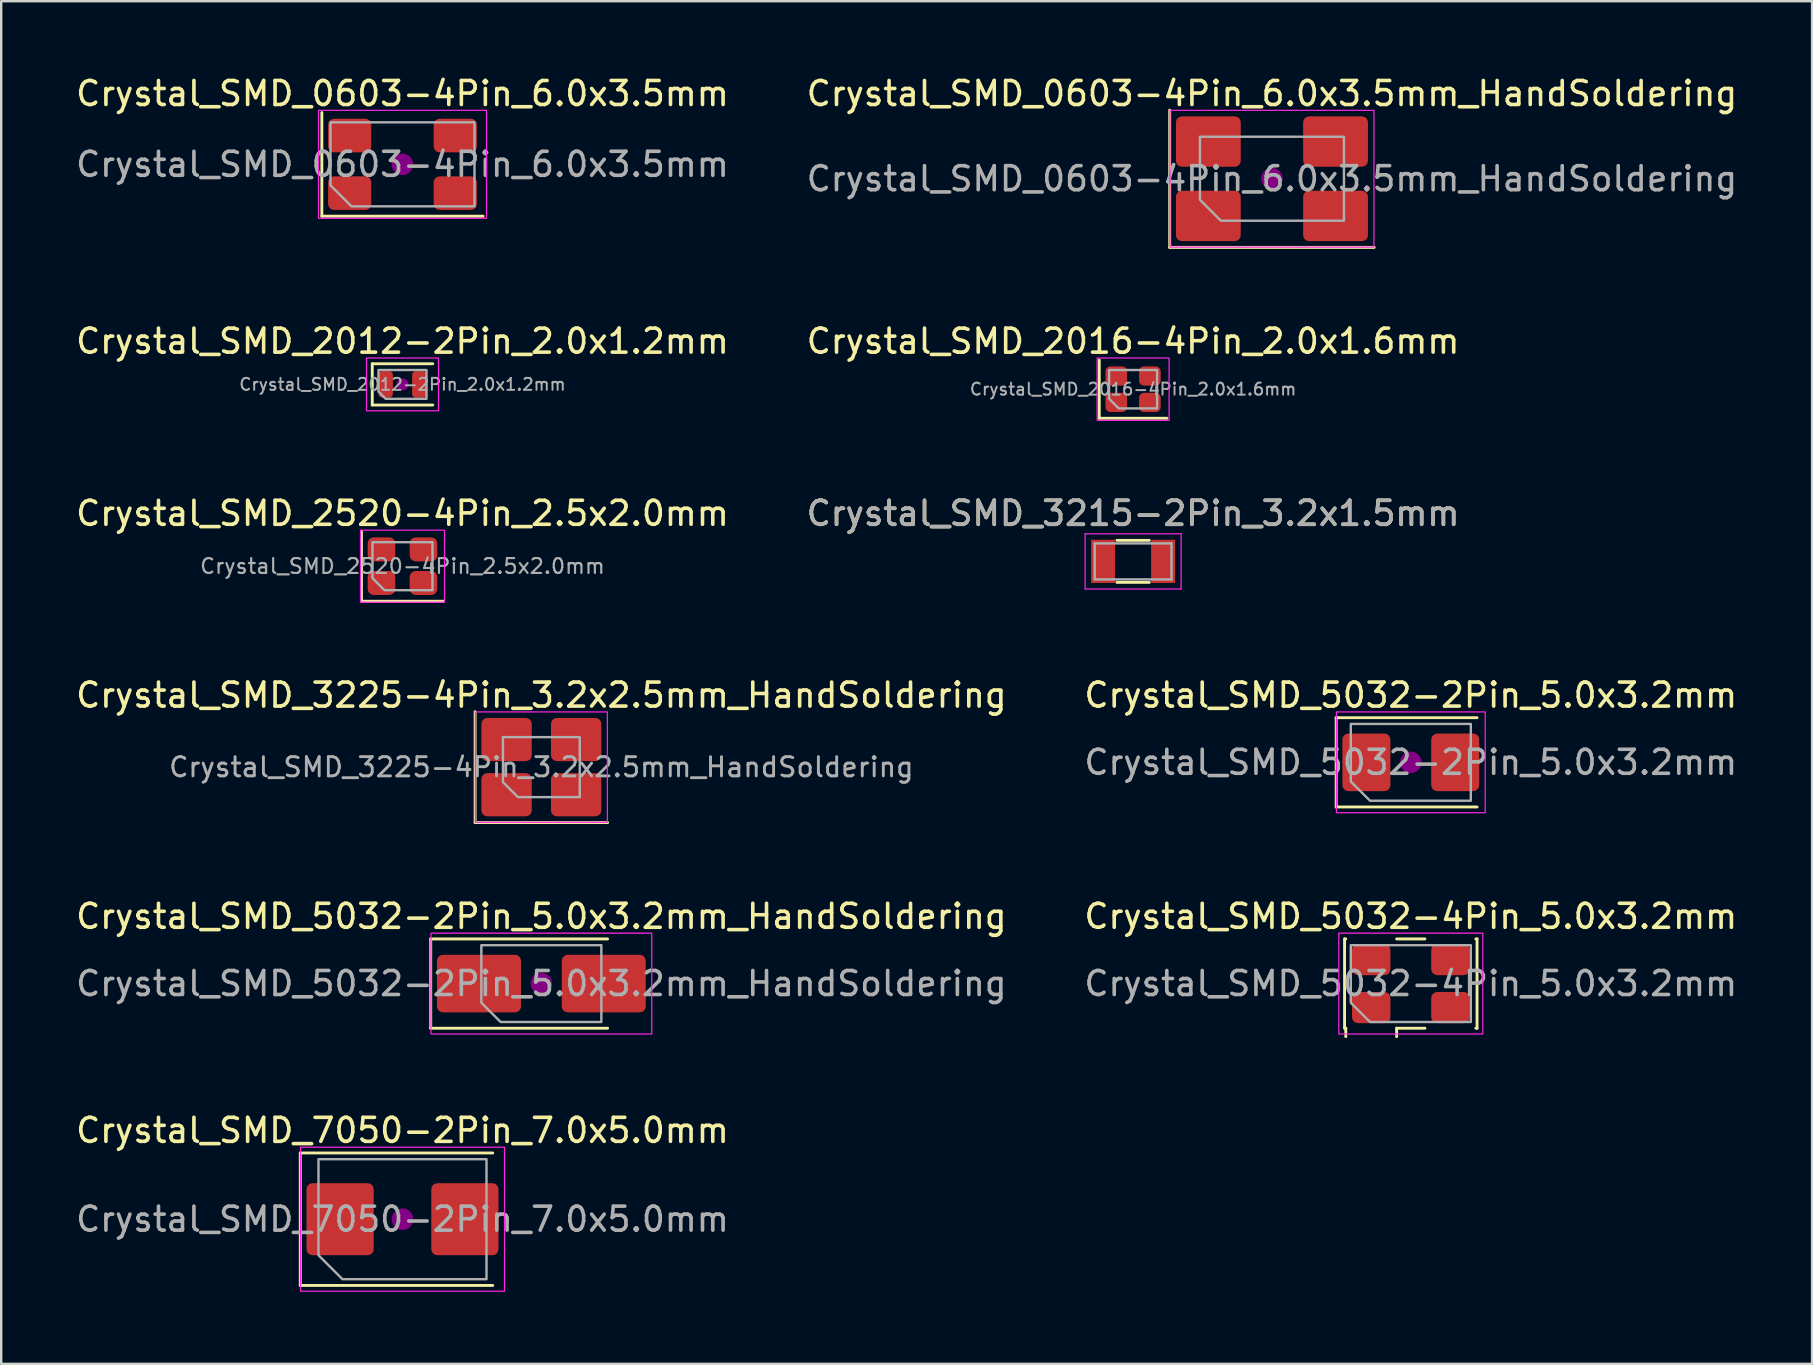
<source format=kicad_pcb>
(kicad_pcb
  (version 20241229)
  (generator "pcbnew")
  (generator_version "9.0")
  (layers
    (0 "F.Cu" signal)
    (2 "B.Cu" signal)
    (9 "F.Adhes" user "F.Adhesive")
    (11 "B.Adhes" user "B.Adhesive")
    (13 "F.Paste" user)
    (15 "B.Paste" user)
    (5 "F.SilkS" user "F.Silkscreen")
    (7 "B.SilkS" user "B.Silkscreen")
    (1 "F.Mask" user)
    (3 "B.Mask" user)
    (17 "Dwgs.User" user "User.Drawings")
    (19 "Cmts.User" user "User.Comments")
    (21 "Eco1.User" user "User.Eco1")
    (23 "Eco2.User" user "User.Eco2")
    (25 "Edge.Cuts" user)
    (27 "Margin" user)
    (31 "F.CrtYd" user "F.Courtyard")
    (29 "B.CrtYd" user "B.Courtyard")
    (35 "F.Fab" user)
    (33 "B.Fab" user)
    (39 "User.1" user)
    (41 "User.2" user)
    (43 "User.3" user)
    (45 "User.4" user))
  (footprint "Crystal_SMD_7050-2Pin_7.0x5.0mm"
    (layer "F.Cu")
    (at 13.72 47.749)
    (property "Reference" "Crystal_SMD_7050-2Pin_7.0x5.0mm" (at 0 -3.7 0) (layer "F.SilkS") (effects (font (size 1 1) (thickness 0.15))))
    (attr smd)
    (fp_line (start -4.26 -2.76) (end -4.26 2.76) (stroke (width 0.12) (type solid)) (layer "F.SilkS"))
    (fp_line (start -4.26 2.76) (end 3.76 2.76) (stroke (width 0.12) (type solid)) (layer "F.SilkS"))
    (fp_line (start 3.76 -2.76) (end -4.26 -2.76) (stroke (width 0.12) (type solid)) (layer "F.SilkS"))
    (fp_circle (center 0 0) (end 0.4 0) (stroke (width 0.1) (type solid)) (fill yes) (layer "F.Adhes"))
    (fp_rect (start -4.25 -3) (end 4.25 3) (stroke (width 0.05) (type solid)) (fill no) (layer "F.CrtYd"))
    (fp_poly (pts (xy -3.5 -2.5) (xy -3.5 1.5) (xy -2.5 2.5) (xy 3.5 2.5) (xy 3.5 -2.5)) (stroke (width 0.1) (type solid)) (fill no) (layer "F.Fab"))
    (fp_text user "${REFERENCE}" (at 0 0 0) (layer "F.Fab") (effects (font (size 1 1) (thickness 0.15))))
    (pad "1" smd roundrect (at -2.6 0) (size 2.8 3) (layers "F.Cu" "F.Mask" "F.Paste") (roundrect_rratio 0.089))
    (pad "2" smd roundrect (at 2.6 0) (size 2.8 3) (layers "F.Cu" "F.Mask" "F.Paste") (roundrect_rratio 0.089)))
  (footprint "Crystal_SMD_5032-2Pin_5.0x3.2mm"
    (layer "F.Cu")
    (at 55.732 28.713)
    (property "Reference" "Crystal_SMD_5032-2Pin_5.0x3.2mm" (at 0 -2.8 0) (layer "F.SilkS") (effects (font (size 1 1) (thickness 0.15))))
    (attr smd)
    (fp_line (start -3.11 -1.86) (end -3.11 1.86) (stroke (width 0.12) (type solid)) (layer "F.SilkS"))
    (fp_line (start -3.11 1.86) (end 2.76 1.86) (stroke (width 0.12) (type solid)) (layer "F.SilkS"))
    (fp_line (start 2.76 -1.86) (end -3.11 -1.86) (stroke (width 0.12) (type solid)) (layer "F.SilkS"))
    (fp_circle (center 0 0) (end 0.4 0) (stroke (width 0.1) (type solid)) (fill yes) (layer "F.Adhes"))
    (fp_rect (start -3.1 -2.1) (end 3.1 2.1) (stroke (width 0.05) (type solid)) (fill no) (layer "F.CrtYd"))
    (fp_poly (pts (xy -2.5 -1.6) (xy -2.5 0.8) (xy -1.7 1.6) (xy 2.5 1.6) (xy 2.5 -1.6)) (stroke (width 0.1) (type solid)) (fill no) (layer "F.Fab"))
    (fp_text user "${REFERENCE}" (at 0 0 0) (layer "F.Fab") (effects (font (size 1 1) (thickness 0.15))))
    (pad "1" smd roundrect (at -1.85 0) (size 2 2.4) (layers "F.Cu" "F.Mask" "F.Paste") (roundrect_rratio 0.125))
    (pad "2" smd roundrect (at 1.85 0) (size 2 2.4) (layers "F.Cu" "F.Mask" "F.Paste") (roundrect_rratio 0.125)))
  (footprint "Crystal_SMD_2016-4Pin_2.0x1.6mm"
    (layer "F.Cu")
    (at 44.161 13.166)
    (property "Reference" "Crystal_SMD_2016-4Pin_2.0x1.6mm" (at 0 -2 0) (layer "F.SilkS") (effects (font (size 1 1) (thickness 0.15))))
    (attr smd)
    (fp_line (start -1.41 -1.21) (end -1.41 1.21) (stroke (width 0.12) (type solid)) (layer "F.SilkS"))
    (fp_line (start -1.41 1.21) (end 1.41 1.21) (stroke (width 0.12) (type solid)) (layer "F.SilkS"))
    (fp_rect (start -1.5 -1.3) (end 1.5 1.3) (stroke (width 0.05) (type solid)) (fill no) (layer "F.CrtYd"))
    (fp_poly (pts (xy -1 -0.8) (xy -1 0.4) (xy -0.6 0.8) (xy 1 0.8) (xy 1 -0.8)) (stroke (width 0.1) (type solid)) (fill no) (layer "F.Fab"))
    (fp_text user "${REFERENCE}" (at 0 0 0) (layer "F.Fab") (effects (font (size 0.5 0.5) (thickness 0.08))))
    (pad "1" smd roundrect (at -0.7 0.55) (size 0.9 0.8) (layers "F.Cu" "F.Mask" "F.Paste") (roundrect_rratio 0.25))
    (pad "2" smd roundrect (at 0.7 0.55) (size 0.9 0.8) (layers "F.Cu" "F.Mask" "F.Paste") (roundrect_rratio 0.25))
    (pad "3" smd roundrect (at 0.7 -0.55) (size 0.9 0.8) (layers "F.Cu" "F.Mask" "F.Paste") (roundrect_rratio 0.25))
    (pad "4" smd roundrect (at -0.7 -0.55) (size 0.9 0.8) (layers "F.Cu" "F.Mask" "F.Paste") (roundrect_rratio 0.25)))
  (footprint "Crystal_SMD_3215-2Pin_3.2x1.5mm"
    (layer "F.Cu")
    (at 44.161 20.34)
    (property "Reference" "Crystal_SMD_3215-2Pin_3.2x1.5mm" (at 0 -2 0) (layer "F.SilkS") (effects (font (size 1 1) (thickness 0.15))))
    (attr smd)
    (fp_line (start -0.675 -0.875) (end 0.675 -0.875) (stroke (width 0.12) (type solid)) (layer "F.SilkS"))
    (fp_line (start -0.675 0.875) (end 0.675 0.875) (stroke (width 0.12) (type solid)) (layer "F.SilkS"))
    (fp_line (start -2 -1.15) (end -2 1.15) (stroke (width 0.05) (type solid)) (layer "F.CrtYd"))
    (fp_line (start -2 -1.15) (end 2 -1.15) (stroke (width 0.05) (type solid)) (layer "F.CrtYd"))
    (fp_line (start -2 1.15) (end 2 1.15) (stroke (width 0.05) (type solid)) (layer "F.CrtYd"))
    (fp_line (start 2 -1.15) (end 2 1.15) (stroke (width 0.05) (type solid)) (layer "F.CrtYd"))
    (fp_line (start -1.6 -0.75) (end -1.6 0.75) (stroke (width 0.1) (type solid)) (layer "F.Fab"))
    (fp_line (start -1.6 -0.75) (end 1.6 -0.75) (stroke (width 0.1) (type solid)) (layer "F.Fab"))
    (fp_line (start -1.6 0.75) (end 1.6 0.75) (stroke (width 0.1) (type solid)) (layer "F.Fab"))
    (fp_line (start 1.6 -0.75) (end 1.6 0.75) (stroke (width 0.1) (type solid)) (layer "F.Fab"))
    (fp_text user "${REFERENCE}" (at 0 -2 0) (layer "F.Fab") (effects (font (size 1 1) (thickness 0.15))))
    (pad "1" smd rect (at 1.25 0) (size 1 1.8) (layers "F.Cu" "F.Mask" "F.Paste"))
    (pad "2" smd rect (at -1.25 0) (size 1 1.8) (layers "F.Cu" "F.Mask" "F.Paste")))
  (footprint "Crystal_SMD_0603-4Pin_6.0x3.5mm"
    (layer "F.Cu")
    (at 13.72 3.798)
    (property "Reference" "Crystal_SMD_0603-4Pin_6.0x3.5mm" (at 0 -2.95 0) (layer "F.SilkS") (effects (font (size 1 1) (thickness 0.15))))
    (attr smd)
    (fp_line (start -3.36 -2.16) (end -3.36 2.16) (stroke (width 0.12) (type solid)) (layer "F.SilkS"))
    (fp_line (start -3.36 2.16) (end 3.36 2.16) (stroke (width 0.12) (type solid)) (layer "F.SilkS"))
    (fp_circle (center 0 0) (end 0.4 0) (stroke (width 0.1) (type solid)) (fill yes) (layer "F.Adhes"))
    (fp_rect (start -3.5 -2.25) (end 3.5 2.25) (stroke (width 0.05) (type solid)) (fill no) (layer "F.CrtYd"))
    (fp_poly (pts (xy -3 -1.75) (xy -3 0.875) (xy -2.125 1.75) (xy 3 1.75) (xy 3 -1.75)) (stroke (width 0.1) (type solid)) (fill no) (layer "F.Fab"))
    (fp_text user "${REFERENCE}" (at 0 0 0) (layer "F.Fab") (effects (font (size 1 1) (thickness 0.15))))
    (pad "1" smd roundrect (at -2.2 1.2) (size 1.8 1.4) (layers "F.Cu" "F.Mask" "F.Paste") (roundrect_rratio 0.179))
    (pad "2" smd roundrect (at 2.2 1.2) (size 1.8 1.4) (layers "F.Cu" "F.Mask" "F.Paste") (roundrect_rratio 0.179))
    (pad "3" smd roundrect (at 2.2 -1.2) (size 1.8 1.4) (layers "F.Cu" "F.Mask" "F.Paste") (roundrect_rratio 0.179))
    (pad "4" smd roundrect (at -2.2 -1.2) (size 1.8 1.4) (layers "F.Cu" "F.Mask" "F.Paste") (roundrect_rratio 0.179)))
  (footprint "Crystal_SMD_3225-4Pin_3.2x2.5mm_HandSoldering"
    (layer "F.Cu")
    (at 19.506 28.913)
    (property "Reference" "Crystal_SMD_3225-4Pin_3.2x2.5mm_HandSoldering" (at 0 -3 0) (layer "F.SilkS") (effects (font (size 1 1) (thickness 0.15))))
    (attr smd)
    (fp_line (start -2.76 -2.31) (end -2.76 2.31) (stroke (width 0.12) (type solid)) (layer "F.SilkS"))
    (fp_line (start -2.76 2.31) (end 2.76 2.31) (stroke (width 0.12) (type solid)) (layer "F.SilkS"))
    (fp_rect (start -2.75 -2.3) (end 2.75 2.3) (stroke (width 0.05) (type solid)) (fill no) (layer "F.CrtYd"))
    (fp_poly (pts (xy -1.6 -1.25) (xy -1.6 0.625) (xy -0.975 1.25) (xy 1.6 1.25) (xy 1.6 -1.25)) (stroke (width 0.1) (type solid)) (fill no) (layer "F.Fab"))
    (fp_text user "${REFERENCE}" (at 0 0 0) (layer "F.Fab") (effects (font (size 0.8 0.8) (thickness 0.12))))
    (pad "1" smd roundrect (at -1.45 1.15) (size 2.1 1.8) (layers "F.Cu" "F.Mask" "F.Paste") (roundrect_rratio 0.139))
    (pad "2" smd roundrect (at 1.45 1.15) (size 2.1 1.8) (layers "F.Cu" "F.Mask" "F.Paste") (roundrect_rratio 0.139))
    (pad "3" smd roundrect (at 1.45 -1.15) (size 2.1 1.8) (layers "F.Cu" "F.Mask" "F.Paste") (roundrect_rratio 0.139))
    (pad "4" smd roundrect (at -1.45 -1.15) (size 2.1 1.8) (layers "F.Cu" "F.Mask" "F.Paste") (roundrect_rratio 0.139)))
  (footprint "Crystal_SMD_0603-4Pin_6.0x3.5mm_HandSoldering"
    (layer "F.Cu")
    (at 49.946 4.398)
    (property "Reference" "Crystal_SMD_0603-4Pin_6.0x3.5mm_HandSoldering" (at 0 -3.55 0) (layer "F.SilkS") (effects (font (size 1 1) (thickness 0.15))))
    (attr smd)
    (fp_line (start -4.26 -2.86) (end -4.26 2.86) (stroke (width 0.12) (type solid)) (layer "F.SilkS"))
    (fp_line (start -4.26 2.86) (end 4.26 2.86) (stroke (width 0.12) (type solid)) (layer "F.SilkS"))
    (fp_circle (center 0 0) (end 0.4 0) (stroke (width 0.1) (type solid)) (fill yes) (layer "F.Adhes"))
    (fp_rect (start -4.25 -2.85) (end 4.25 2.85) (stroke (width 0.05) (type solid)) (fill no) (layer "F.CrtYd"))
    (fp_poly (pts (xy -3 -1.75) (xy -3 0.875) (xy -2.125 1.75) (xy 3 1.75) (xy 3 -1.75)) (stroke (width 0.1) (type solid)) (fill no) (layer "F.Fab"))
    (fp_text user "${REFERENCE}" (at 0 0 0) (layer "F.Fab") (effects (font (size 1 1) (thickness 0.15))))
    (pad "1" smd roundrect (at -2.65 1.55) (size 2.7 2.1) (layers "F.Cu" "F.Mask" "F.Paste") (roundrect_rratio 0.119))
    (pad "2" smd roundrect (at 2.65 1.55) (size 2.7 2.1) (layers "F.Cu" "F.Mask" "F.Paste") (roundrect_rratio 0.119))
    (pad "3" smd roundrect (at 2.65 -1.55) (size 2.7 2.1) (layers "F.Cu" "F.Mask" "F.Paste") (roundrect_rratio 0.119))
    (pad "4" smd roundrect (at -2.65 -1.55) (size 2.7 2.1) (layers "F.Cu" "F.Mask" "F.Paste") (roundrect_rratio 0.119)))
  (footprint "Crystal_SMD_2012-2Pin_2.0x1.2mm"
    (layer "F.Cu")
    (at 13.72 12.966)
    (property "Reference" "Crystal_SMD_2012-2Pin_2.0x1.2mm" (at 0 -1.8 0) (layer "F.SilkS") (effects (font (size 1 1) (thickness 0.15))))
    (attr smd)
    (fp_line (start -1.26 -0.86) (end -1.26 0.86) (stroke (width 0.12) (type solid)) (layer "F.SilkS"))
    (fp_line (start -1.26 0.86) (end 1.26 0.86) (stroke (width 0.12) (type solid)) (layer "F.SilkS"))
    (fp_line (start 1.26 -0.86) (end -1.26 -0.86) (stroke (width 0.12) (type solid)) (layer "F.SilkS"))
    (fp_circle (center 0 0) (end 0.2 0) (stroke (width 0.1) (type solid)) (fill yes) (layer "F.Adhes"))
    (fp_rect (start -1.5 -1.1) (end 1.5 1.1) (stroke (width 0.05) (type solid)) (fill no) (layer "F.CrtYd"))
    (fp_poly (pts (xy -1 -0.6) (xy -1 0.3) (xy -0.7 0.6) (xy 1 0.6) (xy 1 -0.6)) (stroke (width 0.1) (type solid)) (fill no) (layer "F.Fab"))
    (fp_text user "${REFERENCE}" (at 0 0 0) (layer "F.Fab") (effects (font (size 0.5 0.5) (thickness 0.08))))
    (pad "1" smd roundrect (at -0.7 0) (size 0.6 1.1) (layers "F.Cu" "F.Mask" "F.Paste") (roundrect_rratio 0.25))
    (pad "2" smd roundrect (at 0.7 0) (size 0.6 1.1) (layers "F.Cu" "F.Mask" "F.Paste") (roundrect_rratio 0.25)))
  (footprint "Crystal_SMD_2520-4Pin_2.5x2.0mm"
    (layer "F.Cu")
    (at 13.72 20.54)
    (property "Reference" "Crystal_SMD_2520-4Pin_2.5x2.0mm" (at 0 -2.2 0) (layer "F.SilkS") (effects (font (size 1 1) (thickness 0.15))))
    (attr smd)
    (fp_line (start -1.71 -1.46) (end -1.71 1.46) (stroke (width 0.12) (type solid)) (layer "F.SilkS"))
    (fp_line (start -1.71 1.46) (end 1.71 1.46) (stroke (width 0.12) (type solid)) (layer "F.SilkS"))
    (fp_rect (start -1.75 -1.5) (end 1.75 1.5) (stroke (width 0.05) (type solid)) (fill no) (layer "F.CrtYd"))
    (fp_poly (pts (xy -1.25 -1) (xy -1.25 0.5) (xy -0.75 1) (xy 1.25 1) (xy 1.25 -1)) (stroke (width 0.1) (type solid)) (fill no) (layer "F.Fab"))
    (fp_text user "${REFERENCE}" (at 0 0 0) (layer "F.Fab") (effects (font (size 0.62 0.62) (thickness 0.09))))
    (pad "1" smd roundrect (at -0.875 0.7) (size 1.15 1) (layers "F.Cu" "F.Mask" "F.Paste") (roundrect_rratio 0.25))
    (pad "2" smd roundrect (at 0.875 0.7) (size 1.15 1) (layers "F.Cu" "F.Mask" "F.Paste") (roundrect_rratio 0.25))
    (pad "3" smd roundrect (at 0.875 -0.7) (size 1.15 1) (layers "F.Cu" "F.Mask" "F.Paste") (roundrect_rratio 0.25))
    (pad "4" smd roundrect (at -0.875 -0.7) (size 1.15 1) (layers "F.Cu" "F.Mask" "F.Paste") (roundrect_rratio 0.25)))
  (footprint "Crystal_SMD_5032-4Pin_5.0x3.2mm"
    (layer "F.Cu")
    (at 55.732 37.931)
    (property "Reference" "Crystal_SMD_5032-4Pin_5.0x3.2mm" (at 0 -2.8 0) (layer "F.SilkS") (effects (font (size 1 1) (thickness 0.15))))
    (attr smd)
    (fp_line (start -2.76 -1.86) (end -2.71 -1.86) (stroke (width 0.12) (type solid)) (layer "F.SilkS"))
    (fp_line (start -2.76 1.86) (end -2.76 -1.86) (stroke (width 0.12) (type solid)) (layer "F.SilkS"))
    (fp_line (start -2.71 1.86) (end -2.76 1.86) (stroke (width 0.12) (type solid)) (layer "F.SilkS"))
    (fp_line (start -2.71 2.21) (end -2.71 1.86) (stroke (width 0.12) (type solid)) (layer "F.SilkS"))
    (fp_line (start -0.59 -1.86) (end 0.59 -1.86) (stroke (width 0.12) (type solid)) (layer "F.SilkS"))
    (fp_line (start -0.59 1.86) (end -0.59 2.21) (stroke (width 0.12) (type solid)) (layer "F.SilkS"))
    (fp_line (start 0.59 1.86) (end -0.59 1.86) (stroke (width 0.12) (type solid)) (layer "F.SilkS"))
    (fp_line (start 2.71 -1.86) (end 2.76 -1.86) (stroke (width 0.12) (type solid)) (layer "F.SilkS"))
    (fp_line (start 2.76 -1.86) (end 2.76 1.86) (stroke (width 0.12) (type solid)) (layer "F.SilkS"))
    (fp_line (start 2.76 1.86) (end 2.71 1.86) (stroke (width 0.12) (type solid)) (layer "F.SilkS"))
    (fp_rect (start -3 -2.1) (end 3 2.1) (stroke (width 0.05) (type solid)) (fill no) (layer "F.CrtYd"))
    (fp_poly (pts (xy -2.5 -1.6) (xy -2.5 0.8) (xy -1.7 1.6) (xy 2.5 1.6) (xy 2.5 -1.6)) (stroke (width 0.1) (type solid)) (fill no) (layer "F.Fab"))
    (fp_text user "${REFERENCE}" (at 0 0 0) (layer "F.Fab") (effects (font (size 1 1) (thickness 0.15))))
    (pad "1" smd roundrect (at -1.65 1) (size 1.6 1.3) (layers "F.Cu" "F.Mask" "F.Paste") (roundrect_rratio 0.192))
    (pad "2" smd roundrect (at 1.65 1) (size 1.6 1.3) (layers "F.Cu" "F.Mask" "F.Paste") (roundrect_rratio 0.192))
    (pad "3" smd roundrect (at 1.65 -1) (size 1.6 1.3) (layers "F.Cu" "F.Mask" "F.Paste") (roundrect_rratio 0.192))
    (pad "4" smd roundrect (at -1.65 -1) (size 1.6 1.3) (layers "F.Cu" "F.Mask" "F.Paste") (roundrect_rratio 0.192)))
  (footprint "Crystal_SMD_5032-2Pin_5.0x3.2mm_HandSoldering"
    (layer "F.Cu")
    (at 19.506 37.931)
    (property "Reference" "Crystal_SMD_5032-2Pin_5.0x3.2mm_HandSoldering" (at 0 -2.8 0) (layer "F.SilkS") (effects (font (size 1 1) (thickness 0.15))))
    (attr smd)
    (fp_line (start -4.61 -1.86) (end -4.61 1.86) (stroke (width 0.12) (type solid)) (layer "F.SilkS"))
    (fp_line (start -4.61 1.86) (end 2.76 1.86) (stroke (width 0.12) (type solid)) (layer "F.SilkS"))
    (fp_line (start 2.76 -1.86) (end -4.61 -1.86) (stroke (width 0.12) (type solid)) (layer "F.SilkS"))
    (fp_circle (center 0 0) (end 0.4 0) (stroke (width 0.1) (type solid)) (fill yes) (layer "F.Adhes"))
    (fp_rect (start -4.6 -2.1) (end 4.6 2.1) (stroke (width 0.05) (type solid)) (fill no) (layer "F.CrtYd"))
    (fp_poly (pts (xy -2.5 -1.6) (xy -2.5 0.8) (xy -1.7 1.6) (xy 2.5 1.6) (xy 2.5 -1.6)) (stroke (width 0.1) (type solid)) (fill no) (layer "F.Fab"))
    (fp_text user "${REFERENCE}" (at 0 0 0) (layer "F.Fab") (effects (font (size 1 1) (thickness 0.15))))
    (pad "1" smd roundrect (at -2.6 0) (size 3.5 2.4) (layers "F.Cu" "F.Mask" "F.Paste") (roundrect_rratio 0.104))
    (pad "2" smd roundrect (at 2.6 0) (size 3.5 2.4) (layers "F.Cu" "F.Mask" "F.Paste") (roundrect_rratio 0.104)))
  (gr_rect
    (start -3 -3)
    (end 72.452 53.775)
    (stroke (width 0.1) (type default))
    (fill no)
    (layer "Edge.Cuts")))
</source>
